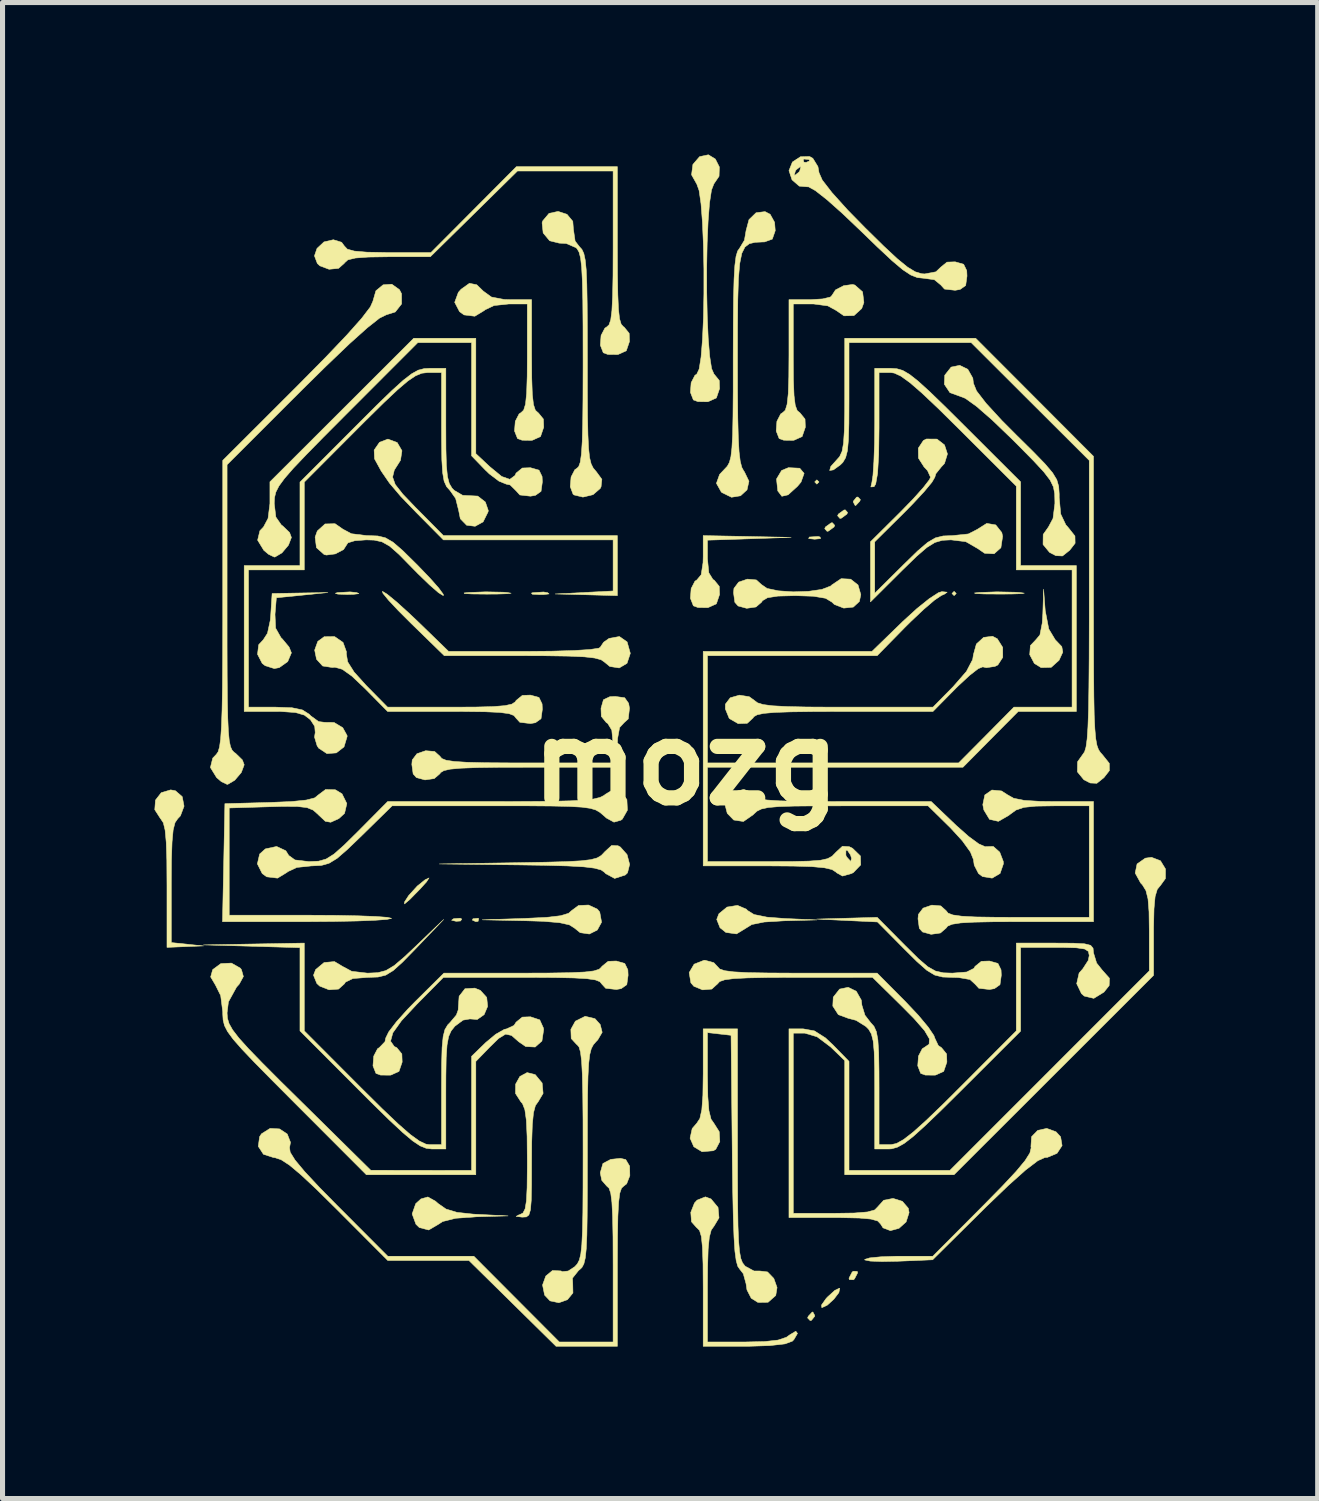
<source format=kicad_pcb>
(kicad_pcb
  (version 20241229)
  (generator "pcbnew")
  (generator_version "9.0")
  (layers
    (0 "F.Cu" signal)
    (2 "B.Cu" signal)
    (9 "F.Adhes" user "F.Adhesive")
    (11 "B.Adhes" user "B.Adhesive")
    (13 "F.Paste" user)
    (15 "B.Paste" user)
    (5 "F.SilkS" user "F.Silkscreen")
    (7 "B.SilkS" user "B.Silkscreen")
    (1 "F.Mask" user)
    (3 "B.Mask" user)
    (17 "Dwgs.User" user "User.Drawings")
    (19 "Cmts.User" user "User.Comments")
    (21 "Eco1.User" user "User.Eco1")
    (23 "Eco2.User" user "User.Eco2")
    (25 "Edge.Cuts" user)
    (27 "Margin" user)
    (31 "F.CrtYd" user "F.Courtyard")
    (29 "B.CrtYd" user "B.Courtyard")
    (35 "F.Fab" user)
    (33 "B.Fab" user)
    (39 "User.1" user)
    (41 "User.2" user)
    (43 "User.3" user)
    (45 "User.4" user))
  (footprint "mozg"
    (layer "F.Cu")
    (at 10.491 12.009)
    (property "Reference" "mozg" (at 0 0 0) (layer "F.SilkS") (effects (font (size 1.524 1.524) (thickness 0.3))))
    (attr through_hole)
    (fp_poly (pts (xy 2.625 -5.546) (xy 2.582 -5.503) (xy 2.54 -5.546) (xy 2.582 -5.588) (xy 2.625 -5.546)) (stroke (width 0.01) (type solid)) (fill yes) (layer "F.SilkS"))
    (fp_poly (pts (xy 5.334 -3.344) (xy 5.292 -3.302) (xy 5.249 -3.344) (xy 5.292 -3.387) (xy 5.334 -3.344)) (stroke (width 0.01) (type solid)) (fill yes) (layer "F.SilkS"))
    (fp_poly (pts (xy -4.426 3.082) (xy -4.451 3.12) (xy -4.537 3.126) (xy -4.627 3.105) (xy -4.588 3.075) (xy -4.456 3.065) (xy -4.426 3.082)) (stroke (width 0.01) (type solid)) (fill yes) (layer "F.SilkS"))
    (fp_poly (pts (xy -4.092 3.076) (xy -4.104 3.127) (xy -4.149 3.133) (xy -4.218 3.102) (xy -4.205 3.076) (xy -4.105 3.066) (xy -4.092 3.076)) (stroke (width 0.01) (type solid)) (fill yes) (layer "F.SilkS"))
    (fp_poly (pts (xy 2.646 -4.459) (xy 2.656 -4.428) (xy 2.54 -4.416) (xy 2.42 -4.429) (xy 2.434 -4.459) (xy 2.608 -4.47) (xy 2.646 -4.459)) (stroke (width 0.01) (type solid)) (fill yes) (layer "F.SilkS"))
    (fp_poly (pts (xy -6.498 -3.362) (xy -6.458 -3.341) (xy -6.564 -3.328) (xy -6.689 -3.325) (xy -6.872 -3.332) (xy -6.922 -3.349) (xy -6.879 -3.362) (xy -6.632 -3.376) (xy -6.498 -3.362)) (stroke (width 0.01) (type solid)) (fill yes) (layer "F.SilkS"))
    (fp_poly (pts (xy -2.731 -3.36) (xy -2.704 -3.336) (xy -2.821 -3.322) (xy -2.879 -3.322) (xy -3.033 -3.33) (xy -3.051 -3.352) (xy -3.027 -3.36) (xy -2.812 -3.374) (xy -2.731 -3.36)) (stroke (width 0.01) (type solid)) (fill yes) (layer "F.SilkS"))
    (fp_poly (pts (xy 2.539 10.903) (xy 2.54 10.922) (xy 2.475 11.003) (xy 2.45 11.007) (xy 2.4 10.955) (xy 2.413 10.922) (xy 2.489 10.841) (xy 2.503 10.837) (xy 2.539 10.903)) (stroke (width 0.01) (type solid)) (fill yes) (layer "F.SilkS"))
    (fp_poly (pts (xy 2.935 -4.689) (xy 2.921 -4.657) (xy 2.809 -4.575) (xy 2.784 -4.572) (xy 2.738 -4.624) (xy 2.752 -4.657) (xy 2.864 -4.738) (xy 2.889 -4.741) (xy 2.935 -4.689)) (stroke (width 0.01) (type solid)) (fill yes) (layer "F.SilkS"))
    (fp_poly (pts (xy 3.189 -4.943) (xy 3.175 -4.911) (xy 3.063 -4.829) (xy 3.038 -4.826) (xy 2.992 -4.878) (xy 3.006 -4.911) (xy 3.118 -4.992) (xy 3.143 -4.995) (xy 3.189 -4.943)) (stroke (width 0.01) (type solid)) (fill yes) (layer "F.SilkS"))
    (fp_poly (pts (xy 3.38 10.037) (xy 3.387 10.065) (xy 3.325 10.185) (xy 3.302 10.202) (xy 3.224 10.198) (xy 3.217 10.17) (xy 3.279 10.05) (xy 3.302 10.033) (xy 3.38 10.037)) (stroke (width 0.01) (type solid)) (fill yes) (layer "F.SilkS"))
    (fp_poly (pts (xy 3.442 -5.197) (xy 3.429 -5.165) (xy 3.353 -5.084) (xy 3.339 -5.08) (xy 3.303 -5.146) (xy 3.302 -5.165) (xy 3.367 -5.246) (xy 3.392 -5.249) (xy 3.442 -5.197)) (stroke (width 0.01) (type solid)) (fill yes) (layer "F.SilkS"))
    (fp_poly (pts (xy -5.12 2.345) (xy -5.245 2.484) (xy -5.451 2.694) (xy -5.556 2.783) (xy -5.557 2.746) (xy -5.474 2.617) (xy -5.304 2.43) (xy -5.151 2.307) (xy -5.073 2.27) (xy -5.12 2.345)) (stroke (width 0.01) (type solid)) (fill yes) (layer "F.SilkS"))
    (fp_poly (pts (xy 3.034 10.371) (xy 3.017 10.455) (xy 2.918 10.585) (xy 2.788 10.703) (xy 2.681 10.753) (xy 2.674 10.701) (xy 2.765 10.572) (xy 2.794 10.541) (xy 2.937 10.411) (xy 3.028 10.368) (xy 3.034 10.371)) (stroke (width 0.01) (type solid)) (fill yes) (layer "F.SilkS"))
    (fp_poly (pts (xy -3.612 -3.37) (xy -3.532 -3.364) (xy -3.453 -3.35) (xy -3.526 -3.34) (xy -3.734 -3.333) (xy -3.937 -3.332) (xy -4.219 -3.335) (xy -4.371 -3.343) (xy -4.38 -3.355) (xy -4.294 -3.364) (xy -3.955 -3.377) (xy -3.612 -3.37)) (stroke (width 0.01) (type solid)) (fill yes) (layer "F.SilkS"))
    (fp_poly (pts (xy 2.245 -5.817) (xy 2.331 -5.715) (xy 2.27 -5.544) (xy 2.202 -5.462) (xy 2.015 -5.292) (xy 1.892 -5.263) (xy 1.811 -5.369) (xy 1.811 -5.371) (xy 1.786 -5.604) (xy 1.887 -5.773) (xy 2.021 -5.828) (xy 2.245 -5.817)) (stroke (width 0.01) (type solid)) (fill yes) (layer "F.SilkS"))
    (fp_poly (pts (xy 6.507 -3.369) (xy 6.583 -3.364) (xy 6.677 -3.351) (xy 6.617 -3.341) (xy 6.419 -3.334) (xy 6.181 -3.333) (xy 5.887 -3.335) (xy 5.719 -3.343) (xy 5.692 -3.354) (xy 5.779 -3.364) (xy 6.134 -3.377) (xy 6.507 -3.369)) (stroke (width 0.01) (type solid)) (fill yes) (layer "F.SilkS"))
    (fp_poly (pts (xy 7.09 -3.007) (xy 7.16 -2.644) (xy 7.287 -2.432) (xy 7.417 -2.296) (xy 7.437 -2.187) (xy 7.363 -2.026) (xy 7.208 -1.887) (xy 7.008 -1.882) (xy 6.875 -1.964) (xy 6.784 -2.137) (xy 6.797 -2.317) (xy 6.9 -2.425) (xy 6.985 -2.525) (xy 7.031 -2.76) (xy 7.043 -2.951) (xy 7.058 -3.429) (xy 7.09 -3.007)) (stroke (width 0.01) (type solid)) (fill yes) (layer "F.SilkS"))
    (fp_poly (pts (xy 1.192 2.887) (xy 1.213 2.912) (xy 1.342 2.992) (xy 1.597 3.044) (xy 1.947 3.071) (xy 2.582 3.099) (xy 1.937 3.116) (xy 1.543 3.14) (xy 1.297 3.19) (xy 1.185 3.26) (xy 0.997 3.375) (xy 0.787 3.346) (xy 0.671 3.253) (xy 0.606 3.089) (xy 0.649 2.977) (xy 0.81 2.845) (xy 1.016 2.812) (xy 1.192 2.887)) (stroke (width 0.01) (type solid)) (fill yes) (layer "F.SilkS"))
    (fp_poly (pts (xy -4.945 8.651) (xy -4.892 8.698) (xy -4.737 8.806) (xy -4.522 8.871) (xy -4.199 8.906) (xy -4.105 8.911) (xy -3.514 8.941) (xy -4.134 8.958) (xy -4.548 8.988) (xy -4.804 9.052) (xy -4.88 9.102) (xy -5.079 9.219) (xy -5.264 9.171) (xy -5.331 9.106) (xy -5.406 8.902) (xy -5.335 8.699) (xy -5.232 8.606) (xy -5.096 8.567) (xy -4.945 8.651)) (stroke (width 0.01) (type solid)) (fill yes) (layer "F.SilkS"))
    (fp_poly (pts (xy -1.75 2.886) (xy -1.703 2.944) (xy -1.667 3.144) (xy -1.751 3.298) (xy -1.908 3.377) (xy -2.09 3.35) (xy -2.201 3.26) (xy -2.303 3.196) (xy -2.499 3.153) (xy -2.818 3.126) (xy -3.164 3.115) (xy -4.022 3.097) (xy -3.177 3.069) (xy -2.754 3.048) (xy -2.476 3.016) (xy -2.318 2.968) (xy -2.262 2.918) (xy -2.122 2.814) (xy -1.924 2.805) (xy -1.75 2.886)) (stroke (width 0.01) (type solid)) (fill yes) (layer "F.SilkS"))
    (fp_poly (pts (xy -7.578 -3.311) (xy -8.086 -3.26) (xy -8.113 -2.933) (xy -8.101 -2.661) (xy -7.995 -2.473) (xy -7.964 -2.442) (xy -7.835 -2.287) (xy -7.789 -2.173) (xy -7.862 -2) (xy -8.03 -1.881) (xy -8.128 -1.863) (xy -8.306 -1.919) (xy -8.365 -1.964) (xy -8.458 -2.145) (xy -8.435 -2.333) (xy -8.345 -2.43) (xy -8.261 -2.56) (xy -8.206 -2.817) (xy -8.197 -2.921) (xy -8.17 -3.344) (xy -7.62 -3.354) (xy -7.07 -3.363) (xy -7.578 -3.311)) (stroke (width 0.01) (type solid)) (fill yes) (layer "F.SilkS"))
    (fp_poly (pts (xy 1.206 -4.47) (xy 2.074 -4.452) (xy 1.249 -4.424) (xy 0.423 -4.397) (xy 0.423 -4.028) (xy 0.45 -3.753) (xy 0.533 -3.619) (xy 0.556 -3.608) (xy 0.656 -3.485) (xy 0.662 -3.324) (xy 0.599 -3.14) (xy 0.439 -3.068) (xy 0.42 -3.065) (xy 0.235 -3.068) (xy 0.145 -3.101) (xy 0.087 -3.25) (xy 0.101 -3.441) (xy 0.176 -3.587) (xy 0.212 -3.61) (xy 0.299 -3.714) (xy 0.336 -3.953) (xy 0.339 -4.073) (xy 0.339 -4.487) (xy 1.206 -4.47)) (stroke (width 0.01) (type solid)) (fill yes) (layer "F.SilkS"))
    (fp_poly (pts (xy -10.079 0.549) (xy -9.944 0.666) (xy -9.908 0.854) (xy -9.98 1.045) (xy -10.033 1.101) (xy -10.086 1.178) (xy -10.123 1.322) (xy -10.145 1.561) (xy -10.157 1.919) (xy -10.16 2.376) (xy -10.16 3.546) (xy -9.842 3.579) (xy -9.525 3.612) (xy -9.885 3.626) (xy -10.245 3.641) (xy -10.245 2.423) (xy -10.248 1.922) (xy -10.26 1.565) (xy -10.282 1.327) (xy -10.317 1.181) (xy -10.369 1.103) (xy -10.372 1.101) (xy -10.486 0.923) (xy -10.472 0.734) (xy -10.358 0.587) (xy -10.172 0.532) (xy -10.079 0.549)) (stroke (width 0.01) (type solid)) (fill yes) (layer "F.SilkS"))
    (fp_poly (pts (xy -5.701 -6.324) (xy -5.607 -6.162) (xy -5.636 -5.973) (xy -5.652 -5.948) (xy -5.758 -5.781) (xy -5.792 -5.643) (xy -5.74 -5.496) (xy -5.591 -5.306) (xy -5.332 -5.035) (xy -5.327 -5.031) (xy -4.789 -4.487) (xy -1.355 -4.487) (xy -1.355 -3.302) (xy -1.968 -3.319) (xy -2.582 -3.335) (xy -1.439 -3.394) (xy -1.439 -4.403) (xy -4.789 -4.403) (xy -5.323 -4.942) (xy -5.634 -5.265) (xy -5.853 -5.523) (xy -6.016 -5.76) (xy -6.148 -6.002) (xy -6.156 -6.175) (xy -6.05 -6.329) (xy -5.884 -6.392) (xy -5.701 -6.324)) (stroke (width 0.01) (type solid)) (fill yes) (layer "F.SilkS"))
    (fp_poly (pts (xy -1.342 1.635) (xy -1.296 1.66) (xy -1.164 1.809) (xy -1.113 2.003) (xy -1.155 2.17) (xy -1.199 2.212) (xy -1.409 2.28) (xy -1.585 2.185) (xy -1.609 2.159) (xy -1.676 2.112) (xy -1.806 2.077) (xy -2.02 2.051) (xy -2.341 2.033) (xy -2.79 2.021) (xy -3.291 2.013) (xy -4.868 1.994) (xy -3.314 1.969) (xy -2.764 1.959) (xy -2.358 1.948) (xy -2.072 1.932) (xy -1.879 1.909) (xy -1.754 1.875) (xy -1.673 1.827) (xy -1.61 1.761) (xy -1.605 1.755) (xy -1.468 1.629) (xy -1.342 1.635)) (stroke (width 0.01) (type solid)) (fill yes) (layer "F.SilkS"))
    (fp_poly (pts (xy -5.332 3.662) (xy -5.593 3.93) (xy -5.779 4.098) (xy -5.928 4.189) (xy -6.079 4.226) (xy -6.273 4.233) (xy -6.287 4.233) (xy -6.577 4.256) (xy -6.723 4.327) (xy -6.743 4.36) (xy -6.859 4.464) (xy -7.046 4.478) (xy -7.231 4.405) (xy -7.287 4.353) (xy -7.353 4.19) (xy -7.31 4.078) (xy -7.144 3.94) (xy -6.939 3.921) (xy -6.777 4.018) (xy -6.599 4.113) (xy -6.291 4.149) (xy -6.278 4.149) (xy -6.082 4.14) (xy -5.923 4.098) (xy -5.76 4) (xy -5.551 3.822) (xy -5.336 3.619) (xy -4.784 3.09) (xy -5.332 3.662)) (stroke (width 0.01) (type solid)) (fill yes) (layer "F.SilkS"))
    (fp_poly (pts (xy 4.318 3.598) (xy 4.583 3.86) (xy 4.771 4.022) (xy 4.924 4.108) (xy 5.081 4.143) (xy 5.259 4.149) (xy 5.539 4.127) (xy 5.683 4.055) (xy 5.705 4.016) (xy 5.829 3.916) (xy 5.99 3.91) (xy 6.157 3.958) (xy 6.218 4.084) (xy 6.223 4.191) (xy 6.197 4.377) (xy 6.087 4.455) (xy 5.99 4.472) (xy 5.78 4.448) (xy 5.705 4.366) (xy 5.605 4.275) (xy 5.376 4.236) (xy 5.259 4.233) (xy 5.063 4.226) (xy 4.908 4.187) (xy 4.753 4.093) (xy 4.558 3.921) (xy 4.321 3.686) (xy 3.779 3.139) (xy 3.181 3.111) (xy 2.582 3.082) (xy 3.177 3.065) (xy 3.773 3.048) (xy 4.318 3.598)) (stroke (width 0.01) (type solid)) (fill yes) (layer "F.SilkS"))
    (fp_poly (pts (xy 7.302 7.28) (xy 7.394 7.38) (xy 7.423 7.554) (xy 7.323 7.706) (xy 7.132 7.786) (xy 7.082 7.789) (xy 6.943 7.852) (xy 6.701 8.037) (xy 6.363 8.339) (xy 5.935 8.75) (xy 5.886 8.798) (xy 4.868 9.807) (xy 4.178 9.836) (xy 3.866 9.842) (xy 3.638 9.833) (xy 3.53 9.811) (xy 3.527 9.8) (xy 3.624 9.77) (xy 3.847 9.748) (xy 4.151 9.737) (xy 4.218 9.737) (xy 4.871 9.737) (xy 5.862 8.742) (xy 6.245 8.352) (xy 6.517 8.061) (xy 6.693 7.849) (xy 6.787 7.7) (xy 6.812 7.597) (xy 6.808 7.572) (xy 6.821 7.377) (xy 6.942 7.253) (xy 7.12 7.214) (xy 7.302 7.28)) (stroke (width 0.01) (type solid)) (fill yes) (layer "F.SilkS"))
    (fp_poly (pts (xy -5.9 -3.331) (xy -5.717 -3.181) (xy -5.475 -2.962) (xy -5.297 -2.794) (xy -4.686 -2.201) (xy -3.19 -2.201) (xy -2.645 -2.206) (xy -2.207 -2.219) (xy -1.893 -2.239) (xy -1.721 -2.265) (xy -1.693 -2.283) (xy -1.627 -2.382) (xy -1.519 -2.458) (xy -1.315 -2.495) (xy -1.163 -2.389) (xy -1.101 -2.169) (xy -1.101 -2.158) (xy -1.165 -1.966) (xy -1.319 -1.875) (xy -1.505 -1.904) (xy -1.609 -1.99) (xy -1.675 -2.036) (xy -1.8 -2.07) (xy -2.007 -2.094) (xy -2.318 -2.108) (xy -2.757 -2.115) (xy -3.243 -2.117) (xy -4.772 -2.117) (xy -5.424 -2.752) (xy -5.68 -3.008) (xy -5.873 -3.214) (xy -5.982 -3.348) (xy -5.993 -3.387) (xy -5.9 -3.331)) (stroke (width 0.01) (type solid)) (fill yes) (layer "F.SilkS"))
    (fp_poly (pts (xy 3.25 -3.627) (xy 3.395 -3.513) (xy 3.45 -3.322) (xy 3.422 -3.187) (xy 3.302 -3.076) (xy 3.113 -3.056) (xy 2.928 -3.128) (xy 2.879 -3.175) (xy 2.754 -3.25) (xy 2.515 -3.29) (xy 2.158 -3.302) (xy 1.814 -3.293) (xy 1.608 -3.261) (xy 1.508 -3.202) (xy 1.493 -3.175) (xy 1.38 -3.078) (xy 1.198 -3.052) (xy 1.028 -3.098) (xy 0.964 -3.17) (xy 0.938 -3.358) (xy 0.946 -3.445) (xy 1.039 -3.569) (xy 1.211 -3.628) (xy 1.388 -3.612) (xy 1.491 -3.519) (xy 1.6 -3.444) (xy 1.825 -3.397) (xy 2.115 -3.377) (xy 2.417 -3.387) (xy 2.681 -3.425) (xy 2.855 -3.492) (xy 2.879 -3.514) (xy 3.062 -3.637) (xy 3.25 -3.627)) (stroke (width 0.01) (type solid)) (fill yes) (layer "F.SilkS"))
    (fp_poly (pts (xy -2.977 6.152) (xy -2.84 6.318) (xy -2.821 6.523) (xy -2.917 6.685) (xy -2.973 6.763) (xy -3.011 6.906) (xy -3.034 7.14) (xy -3.046 7.494) (xy -3.048 7.884) (xy -3.049 8.33) (xy -3.055 8.634) (xy -3.071 8.823) (xy -3.102 8.923) (xy -3.152 8.961) (xy -3.226 8.965) (xy -3.239 8.965) (xy -3.353 8.95) (xy -3.305 8.923) (xy -3.281 8.916) (xy -3.218 8.883) (xy -3.176 8.801) (xy -3.15 8.644) (xy -3.137 8.383) (xy -3.133 7.989) (xy -3.133 7.836) (xy -3.137 7.372) (xy -3.152 7.051) (xy -3.181 6.845) (xy -3.227 6.726) (xy -3.26 6.689) (xy -3.366 6.524) (xy -3.364 6.341) (xy -3.279 6.188) (xy -3.137 6.112) (xy -2.977 6.152)) (stroke (width 0.01) (type solid)) (fill yes) (layer "F.SilkS"))
    (fp_poly (pts (xy -6.773 -4.614) (xy -6.604 -4.524) (xy -6.309 -4.488) (xy -6.274 -4.487) (xy -6.086 -4.48) (xy -5.935 -4.444) (xy -5.784 -4.357) (xy -5.596 -4.195) (xy -5.334 -3.937) (xy -5.292 -3.895) (xy -5.053 -3.646) (xy -4.879 -3.449) (xy -4.791 -3.328) (xy -4.79 -3.302) (xy -4.884 -3.359) (xy -5.061 -3.513) (xy -5.291 -3.735) (xy -5.406 -3.852) (xy -5.665 -4.116) (xy -5.85 -4.279) (xy -6.001 -4.364) (xy -6.156 -4.398) (xy -6.312 -4.403) (xy -6.538 -4.386) (xy -6.672 -4.345) (xy -6.689 -4.321) (xy -6.76 -4.211) (xy -6.922 -4.126) (xy -7.097 -4.103) (xy -7.142 -4.113) (xy -7.295 -4.249) (xy -7.321 -4.457) (xy -7.278 -4.578) (xy -7.125 -4.717) (xy -6.928 -4.722) (xy -6.773 -4.614)) (stroke (width 0.01) (type solid)) (fill yes) (layer "F.SilkS"))
    (fp_poly (pts (xy 0.494 8.607) (xy 0.632 8.773) (xy 0.651 8.979) (xy 0.554 9.141) (xy 0.498 9.219) (xy 0.46 9.361) (xy 0.437 9.596) (xy 0.426 9.95) (xy 0.423 10.34) (xy 0.423 11.43) (xy 1.157 11.43) (xy 1.553 11.421) (xy 1.816 11.392) (xy 1.982 11.336) (xy 2.046 11.29) (xy 2.167 11.217) (xy 2.2 11.261) (xy 2.13 11.381) (xy 2.1 11.413) (xy 1.955 11.467) (xy 1.655 11.501) (xy 1.216 11.515) (xy 1.168 11.515) (xy 0.339 11.515) (xy 0.339 10.369) (xy 0.336 9.893) (xy 0.324 9.562) (xy 0.303 9.349) (xy 0.267 9.229) (xy 0.216 9.176) (xy 0.212 9.175) (xy 0.108 9.058) (xy 0.094 8.871) (xy 0.167 8.686) (xy 0.219 8.63) (xy 0.382 8.565) (xy 0.494 8.607)) (stroke (width 0.01) (type solid)) (fill yes) (layer "F.SilkS"))
    (fp_poly (pts (xy -6.921 0.53) (xy -6.79 0.61) (xy -6.695 0.802) (xy -6.74 0.996) (xy -6.852 1.098) (xy -7.013 1.171) (xy -7.12 1.152) (xy -7.255 1.025) (xy -7.266 1.013) (xy -7.36 0.931) (xy -7.481 0.882) (xy -7.669 0.86) (xy -7.962 0.858) (xy -8.222 0.865) (xy -9.017 0.889) (xy -9.017 3.006) (xy -7.395 3.006) (xy -6.895 3.009) (xy -6.462 3.018) (xy -6.12 3.031) (xy -5.895 3.048) (xy -5.812 3.067) (xy -5.813 3.069) (xy -5.906 3.089) (xy -6.141 3.106) (xy -6.493 3.12) (xy -6.935 3.129) (xy -7.44 3.133) (xy -7.5 3.133) (xy -9.149 3.133) (xy -9.125 1.968) (xy -9.102 0.804) (xy -8.214 0.78) (xy -7.784 0.762) (xy -7.498 0.733) (xy -7.33 0.69) (xy -7.258 0.632) (xy -7.114 0.524) (xy -6.921 0.53)) (stroke (width 0.01) (type solid)) (fill yes) (layer "F.SilkS"))
    (fp_poly (pts (xy -4.131 -9.438) (xy -4.002 -9.313) (xy -3.841 -9.196) (xy -3.591 -9.148) (xy -3.453 -9.144) (xy -3.048 -9.144) (xy -3.048 -8.052) (xy -3.045 -7.593) (xy -3.034 -7.275) (xy -3.011 -7.074) (xy -2.974 -6.962) (xy -2.92 -6.912) (xy -2.915 -6.91) (xy -2.815 -6.787) (xy -2.809 -6.626) (xy -2.872 -6.442) (xy -3.032 -6.37) (xy -3.051 -6.367) (xy -3.236 -6.37) (xy -3.326 -6.403) (xy -3.385 -6.552) (xy -3.37 -6.743) (xy -3.295 -6.889) (xy -3.26 -6.912) (xy -3.205 -6.963) (xy -3.168 -7.082) (xy -3.146 -7.297) (xy -3.135 -7.633) (xy -3.133 -8.01) (xy -3.133 -9.059) (xy -3.503 -9.059) (xy -3.79 -9.028) (xy -3.969 -8.943) (xy -3.979 -8.932) (xy -4.169 -8.817) (xy -4.381 -8.843) (xy -4.47 -8.907) (xy -4.566 -9.092) (xy -4.494 -9.288) (xy -4.439 -9.35) (xy -4.275 -9.467) (xy -4.131 -9.438)) (stroke (width 0.01) (type solid)) (fill yes) (layer "F.SilkS"))
    (fp_poly (pts (xy 3.332 -9.433) (xy 3.485 -9.298) (xy 3.511 -9.089) (xy 3.468 -8.969) (xy 3.315 -8.83) (xy 3.118 -8.825) (xy 2.963 -8.932) (xy 2.798 -9.022) (xy 2.519 -9.059) (xy 2.487 -9.059) (xy 2.117 -9.059) (xy 2.117 -8.01) (xy 2.12 -7.56) (xy 2.132 -7.252) (xy 2.156 -7.059) (xy 2.195 -6.954) (xy 2.249 -6.91) (xy 2.349 -6.787) (xy 2.355 -6.626) (xy 2.292 -6.442) (xy 2.132 -6.37) (xy 2.113 -6.367) (xy 1.929 -6.37) (xy 1.838 -6.403) (xy 1.78 -6.552) (xy 1.794 -6.743) (xy 1.869 -6.889) (xy 1.905 -6.912) (xy 1.959 -6.961) (xy 1.995 -7.078) (xy 2.018 -7.289) (xy 2.029 -7.619) (xy 2.032 -8.052) (xy 2.032 -9.144) (xy 2.455 -9.144) (xy 2.697 -9.159) (xy 2.85 -9.196) (xy 2.879 -9.226) (xy 2.95 -9.336) (xy 3.112 -9.42) (xy 3.287 -9.444) (xy 3.332 -9.433)) (stroke (width 0.01) (type solid)) (fill yes) (layer "F.SilkS"))
    (fp_poly (pts (xy -6.77 -2.379) (xy -6.702 -2.191) (xy -6.705 -2.156) (xy -6.679 -1.996) (xy -6.552 -1.794) (xy -6.311 -1.527) (xy -5.891 -1.101) (xy -4.648 -1.101) (xy -4.154 -1.103) (xy -3.805 -1.112) (xy -3.574 -1.131) (xy -3.437 -1.161) (xy -3.37 -1.206) (xy -3.354 -1.233) (xy -3.231 -1.333) (xy -3.07 -1.339) (xy -2.902 -1.292) (xy -2.841 -1.165) (xy -2.836 -1.058) (xy -2.862 -0.873) (xy -2.972 -0.794) (xy -3.07 -0.777) (xy -3.28 -0.802) (xy -3.354 -0.883) (xy -3.397 -0.936) (xy -3.497 -0.973) (xy -3.679 -0.997) (xy -3.967 -1.01) (xy -4.387 -1.015) (xy -4.647 -1.016) (xy -5.89 -1.016) (xy -6.337 -1.469) (xy -6.597 -1.715) (xy -6.784 -1.848) (xy -6.93 -1.889) (xy -6.983 -1.884) (xy -7.172 -1.913) (xy -7.293 -2.046) (xy -7.33 -2.227) (xy -7.268 -2.399) (xy -7.142 -2.491) (xy -6.937 -2.494) (xy -6.77 -2.379)) (stroke (width 0.01) (type solid)) (fill yes) (layer "F.SilkS"))
    (fp_poly (pts (xy 0.579 -11.92) (xy 0.658 -11.763) (xy 0.652 -11.58) (xy 0.55 -11.43) (xy 0.503 -11.309) (xy 0.464 -11.053) (xy 0.436 -10.693) (xy 0.417 -10.258) (xy 0.408 -9.78) (xy 0.409 -9.287) (xy 0.419 -8.811) (xy 0.438 -8.382) (xy 0.467 -8.029) (xy 0.505 -7.783) (xy 0.553 -7.673) (xy 0.556 -7.672) (xy 0.656 -7.549) (xy 0.662 -7.388) (xy 0.599 -7.204) (xy 0.439 -7.132) (xy 0.42 -7.129) (xy 0.235 -7.132) (xy 0.145 -7.165) (xy 0.087 -7.314) (xy 0.101 -7.505) (xy 0.176 -7.651) (xy 0.212 -7.674) (xy 0.259 -7.774) (xy 0.297 -8.012) (xy 0.325 -8.359) (xy 0.344 -8.785) (xy 0.353 -9.259) (xy 0.353 -9.751) (xy 0.343 -10.232) (xy 0.324 -10.67) (xy 0.296 -11.036) (xy 0.258 -11.299) (xy 0.211 -11.43) (xy 0.208 -11.433) (xy 0.109 -11.609) (xy 0.136 -11.814) (xy 0.268 -11.967) (xy 0.441 -12.004) (xy 0.579 -11.92)) (stroke (width 0.01) (type solid)) (fill yes) (layer "F.SilkS"))
    (fp_poly (pts (xy -1.211 -1.287) (xy -1.133 -1.177) (xy -1.116 -1.079) (xy -1.14 -0.869) (xy -1.222 -0.795) (xy -1.311 -0.699) (xy -1.351 -0.481) (xy -1.355 -0.33) (xy -1.355 0.085) (xy -3.081 0.085) (xy -3.676 0.086) (xy -4.123 0.092) (xy -4.442 0.104) (xy -4.654 0.123) (xy -4.781 0.152) (xy -4.844 0.19) (xy -4.857 0.212) (xy -4.97 0.309) (xy -5.152 0.335) (xy -5.322 0.289) (xy -5.386 0.217) (xy -5.412 0.029) (xy -5.404 -0.059) (xy -5.311 -0.182) (xy -5.139 -0.241) (xy -4.962 -0.226) (xy -4.859 -0.133) (xy -4.821 -0.087) (xy -4.735 -0.053) (xy -4.577 -0.029) (xy -4.328 -0.013) (xy -3.964 -0.004) (xy -3.464 -0.000435) (xy -3.124 0) (xy -1.439 0) (xy -1.439 -0.372) (xy -1.465 -0.647) (xy -1.547 -0.782) (xy -1.572 -0.795) (xy -1.672 -0.918) (xy -1.678 -1.079) (xy -1.63 -1.247) (xy -1.504 -1.307) (xy -1.397 -1.312) (xy -1.211 -1.287)) (stroke (width 0.01) (type solid)) (fill yes) (layer "F.SilkS"))
    (fp_poly (pts (xy 1.286 0.575) (xy 1.322 0.629) (xy 1.359 0.674) (xy 1.444 0.708) (xy 1.598 0.732) (xy 1.844 0.748) (xy 2.202 0.757) (xy 2.694 0.761) (xy 3.106 0.762) (xy 4.839 0.762) (xy 5.335 1.236) (xy 5.578 1.451) (xy 5.78 1.599) (xy 5.908 1.655) (xy 5.925 1.652) (xy 6.064 1.648) (xy 6.192 1.761) (xy 6.262 1.944) (xy 6.265 1.991) (xy 6.199 2.182) (xy 6.042 2.274) (xy 5.853 2.243) (xy 5.774 2.184) (xy 5.689 2.019) (xy 5.673 1.906) (xy 5.613 1.757) (xy 5.454 1.537) (xy 5.226 1.288) (xy 4.778 0.847) (xy 3.128 0.847) (xy 2.558 0.848) (xy 2.133 0.852) (xy 1.83 0.862) (xy 1.623 0.88) (xy 1.488 0.909) (xy 1.402 0.951) (xy 1.34 1.007) (xy 1.327 1.021) (xy 1.133 1.156) (xy 0.942 1.127) (xy 0.814 0.995) (xy 0.766 0.812) (xy 0.813 0.699) (xy 0.96 0.567) (xy 1.14 0.523) (xy 1.286 0.575)) (stroke (width 0.01) (type solid)) (fill yes) (layer "F.SilkS"))
    (fp_poly (pts (xy 5.562 -7.77) (xy 5.661 -7.595) (xy 5.673 -7.494) (xy 5.734 -7.343) (xy 5.922 -7.099) (xy 6.237 -6.756) (xy 6.519 -6.473) (xy 6.854 -6.142) (xy 7.086 -5.903) (xy 7.235 -5.727) (xy 7.319 -5.588) (xy 7.356 -5.458) (xy 7.366 -5.309) (xy 7.366 -5.233) (xy 7.396 -4.912) (xy 7.497 -4.699) (xy 7.535 -4.657) (xy 7.677 -4.479) (xy 7.68 -4.336) (xy 7.572 -4.197) (xy 7.431 -4.085) (xy 7.3 -4.091) (xy 7.176 -4.155) (xy 7.047 -4.312) (xy 7.05 -4.51) (xy 7.154 -4.657) (xy 7.244 -4.826) (xy 7.281 -5.12) (xy 7.281 -5.155) (xy 7.277 -5.315) (xy 7.252 -5.448) (xy 7.187 -5.582) (xy 7.063 -5.744) (xy 6.863 -5.96) (xy 6.568 -6.259) (xy 6.435 -6.392) (xy 6.046 -6.766) (xy 5.734 -7.038) (xy 5.512 -7.197) (xy 5.408 -7.237) (xy 5.21 -7.308) (xy 5.099 -7.474) (xy 5.107 -7.653) (xy 5.233 -7.813) (xy 5.402 -7.848) (xy 5.562 -7.77)) (stroke (width 0.01) (type solid)) (fill yes) (layer "F.SilkS"))
    (fp_poly (pts (xy 6.144 -2.451) (xy 6.251 -2.28) (xy 6.252 -2.084) (xy 6.155 -1.934) (xy 6.097 -1.905) (xy 5.928 -1.88) (xy 5.857 -1.896) (xy 5.768 -1.861) (xy 5.598 -1.729) (xy 5.379 -1.526) (xy 5.33 -1.478) (xy 4.874 -1.016) (xy 3.123 -1.016) (xy 2.524 -1.014) (xy 2.073 -1.008) (xy 1.75 -0.997) (xy 1.534 -0.978) (xy 1.404 -0.95) (xy 1.339 -0.913) (xy 1.324 -0.889) (xy 1.208 -0.782) (xy 1.029 -0.776) (xy 0.862 -0.872) (xy 0.85 -0.885) (xy 0.776 -1.067) (xy 0.777 -1.16) (xy 0.873 -1.286) (xy 1.054 -1.338) (xy 1.248 -1.307) (xy 1.351 -1.232) (xy 1.412 -1.186) (xy 1.523 -1.152) (xy 1.707 -1.128) (xy 1.986 -1.113) (xy 2.381 -1.104) (xy 2.914 -1.101) (xy 3.167 -1.101) (xy 4.875 -1.101) (xy 5.274 -1.506) (xy 5.535 -1.806) (xy 5.658 -2.042) (xy 5.673 -2.138) (xy 5.731 -2.347) (xy 5.874 -2.478) (xy 6.05 -2.5) (xy 6.144 -2.451)) (stroke (width 0.01) (type solid)) (fill yes) (layer "F.SilkS"))
    (fp_poly (pts (xy 6.228 0.553) (xy 6.342 0.627) (xy 6.465 0.697) (xy 6.671 0.739) (xy 6.992 0.759) (xy 7.267 0.762) (xy 8.043 0.762) (xy 8.043 3.133) (xy 6.613 3.133) (xy 6.076 3.135) (xy 5.686 3.143) (xy 5.419 3.158) (xy 5.253 3.184) (xy 5.164 3.221) (xy 5.134 3.26) (xy 5.021 3.357) (xy 4.838 3.383) (xy 4.669 3.337) (xy 4.605 3.265) (xy 4.579 3.077) (xy 4.587 2.989) (xy 4.68 2.866) (xy 4.852 2.807) (xy 5.028 2.822) (xy 5.132 2.915) (xy 5.173 2.965) (xy 5.268 3.001) (xy 5.44 3.025) (xy 5.713 3.04) (xy 6.111 3.046) (xy 6.571 3.048) (xy 7.959 3.048) (xy 7.959 0.847) (xy 7.266 0.847) (xy 6.906 0.853) (xy 6.67 0.877) (xy 6.513 0.93) (xy 6.388 1.021) (xy 6.373 1.034) (xy 6.166 1.153) (xy 5.991 1.114) (xy 5.879 0.929) (xy 5.858 0.824) (xy 5.898 0.632) (xy 6.038 0.535) (xy 6.228 0.553)) (stroke (width 0.01) (type solid)) (fill yes) (layer "F.SilkS"))
    (fp_poly (pts (xy -7.535 5.289) (xy -6.415 6.412) (xy -5.998 6.825) (xy -5.68 7.127) (xy -5.442 7.335) (xy -5.266 7.462) (xy -5.136 7.524) (xy -5.06 7.535) (xy -4.826 7.535) (xy -4.826 6.405) (xy -4.824 5.942) (xy -4.815 5.618) (xy -4.794 5.401) (xy -4.759 5.263) (xy -4.704 5.171) (xy -4.656 5.122) (xy -4.533 4.976) (xy -4.497 4.876) (xy -4.479 4.606) (xy -4.363 4.457) (xy -4.169 4.445) (xy -4.058 4.491) (xy -3.934 4.628) (xy -3.916 4.805) (xy -3.985 4.968) (xy -4.121 5.064) (xy -4.266 5.053) (xy -4.402 5.077) (xy -4.563 5.197) (xy -4.563 5.197) (xy -4.636 5.289) (xy -4.686 5.401) (xy -4.717 5.567) (xy -4.734 5.816) (xy -4.74 6.182) (xy -4.741 6.504) (xy -4.741 7.62) (xy -5.018 7.62) (xy -5.127 7.607) (xy -5.247 7.559) (xy -5.396 7.46) (xy -5.593 7.294) (xy -5.859 7.046) (xy -6.212 6.7) (xy -6.457 6.455) (xy -7.62 5.289) (xy -7.62 3.646) (xy -9.525 3.592) (xy -7.535 3.556) (xy -7.535 5.289)) (stroke (width 0.01) (type solid)) (fill yes) (layer "F.SilkS"))
    (fp_poly (pts (xy 0.549 3.943) (xy 0.623 4.022) (xy 0.665 4.068) (xy 0.764 4.101) (xy 0.942 4.124) (xy 1.222 4.139) (xy 1.625 4.146) (xy 2.174 4.149) (xy 2.222 4.149) (xy 3.772 4.149) (xy 4.341 4.722) (xy 4.589 4.985) (xy 4.781 5.216) (xy 4.893 5.382) (xy 4.911 5.433) (xy 4.98 5.579) (xy 5.043 5.621) (xy 5.143 5.744) (xy 5.149 5.905) (xy 5.086 6.089) (xy 4.926 6.161) (xy 4.907 6.163) (xy 4.723 6.161) (xy 4.632 6.128) (xy 4.574 5.979) (xy 4.588 5.787) (xy 4.663 5.642) (xy 4.699 5.619) (xy 4.798 5.552) (xy 4.804 5.446) (xy 4.709 5.284) (xy 4.502 5.047) (xy 4.255 4.797) (xy 3.683 4.234) (xy 2.178 4.233) (xy 1.626 4.235) (xy 1.221 4.243) (xy 0.94 4.257) (xy 0.762 4.281) (xy 0.664 4.315) (xy 0.623 4.36) (xy 0.508 4.464) (xy 0.326 4.479) (xy 0.155 4.409) (xy 0.096 4.341) (xy 0.062 4.139) (xy 0.16 3.972) (xy 0.356 3.895) (xy 0.375 3.895) (xy 0.549 3.943)) (stroke (width 0.01) (type solid)) (fill yes) (layer "F.SilkS"))
    (fp_poly (pts (xy -1.209 3.958) (xy -1.148 4.084) (xy -1.143 4.191) (xy -1.169 4.377) (xy -1.279 4.455) (xy -1.376 4.472) (xy -1.586 4.448) (xy -1.661 4.366) (xy -1.7 4.318) (xy -1.79 4.283) (xy -1.954 4.259) (xy -2.214 4.244) (xy -2.593 4.236) (xy -3.114 4.233) (xy -3.25 4.233) (xy -4.789 4.233) (xy -5.315 4.765) (xy -5.617 5.089) (xy -5.787 5.327) (xy -5.832 5.492) (xy -5.759 5.597) (xy -5.709 5.621) (xy -5.609 5.744) (xy -5.603 5.905) (xy -5.666 6.089) (xy -5.826 6.161) (xy -5.845 6.163) (xy -6.03 6.161) (xy -6.12 6.128) (xy -6.179 5.979) (xy -6.164 5.787) (xy -6.089 5.642) (xy -6.054 5.619) (xy -5.942 5.502) (xy -5.927 5.429) (xy -5.869 5.31) (xy -5.716 5.11) (xy -5.493 4.861) (xy -5.353 4.718) (xy -4.779 4.149) (xy -3.245 4.149) (xy -2.691 4.147) (xy -2.284 4.14) (xy -2 4.127) (xy -1.817 4.105) (xy -1.714 4.072) (xy -1.666 4.027) (xy -1.661 4.016) (xy -1.537 3.916) (xy -1.376 3.91) (xy -1.209 3.958)) (stroke (width 0.01) (type solid)) (fill yes) (layer "F.SilkS"))
    (fp_poly (pts (xy 4.954 -6.392) (xy 5.102 -6.277) (xy 5.16 -6.099) (xy 5.102 -5.911) (xy 5.038 -5.842) (xy 4.931 -5.708) (xy 4.911 -5.639) (xy 4.854 -5.541) (xy 4.701 -5.356) (xy 4.478 -5.116) (xy 4.318 -4.953) (xy 3.725 -4.365) (xy 3.725 -3.349) (xy 4.299 -3.918) (xy 4.572 -4.184) (xy 4.767 -4.351) (xy 4.922 -4.442) (xy 5.075 -4.48) (xy 5.262 -4.487) (xy 5.574 -4.52) (xy 5.757 -4.614) (xy 5.761 -4.618) (xy 5.936 -4.728) (xy 6.113 -4.698) (xy 6.233 -4.547) (xy 6.249 -4.472) (xy 6.215 -4.247) (xy 6.081 -4.128) (xy 5.894 -4.138) (xy 5.759 -4.231) (xy 5.523 -4.367) (xy 5.23 -4.403) (xy 5.058 -4.394) (xy 4.911 -4.351) (xy 4.755 -4.254) (xy 4.553 -4.08) (xy 4.271 -3.806) (xy 4.256 -3.791) (xy 3.641 -3.179) (xy 3.641 -4.365) (xy 4.233 -4.953) (xy 4.486 -5.213) (xy 4.685 -5.436) (xy 4.804 -5.59) (xy 4.826 -5.639) (xy 4.767 -5.77) (xy 4.699 -5.842) (xy 4.588 -6.016) (xy 4.585 -6.213) (xy 4.685 -6.364) (xy 4.745 -6.394) (xy 4.954 -6.392)) (stroke (width 0.01) (type solid)) (fill yes) (layer "F.SilkS"))
    (fp_poly (pts (xy -5.656 -9.341) (xy -5.615 -9.261) (xy -5.614 -9.06) (xy -5.738 -8.902) (xy -5.917 -8.845) (xy -6.048 -8.781) (xy -6.291 -8.589) (xy -6.646 -8.271) (xy -7.112 -7.825) (xy -7.579 -7.365) (xy -9.059 -5.886) (xy -9.059 -3.09) (xy -9.059 -2.328) (xy -9.057 -1.718) (xy -9.053 -1.242) (xy -9.045 -0.882) (xy -9.033 -0.621) (xy -9.016 -0.44) (xy -8.992 -0.323) (xy -8.96 -0.252) (xy -8.92 -0.209) (xy -8.89 -0.189) (xy -8.757 -0.059) (xy -8.721 0.037) (xy -8.778 0.189) (xy -8.908 0.342) (xy -9.044 0.422) (xy -9.059 0.423) (xy -9.171 0.37) (xy -9.265 0.29) (xy -9.388 0.09) (xy -9.342 -0.095) (xy -9.271 -0.169) (xy -9.236 -0.219) (xy -9.208 -0.314) (xy -9.186 -0.473) (xy -9.17 -0.71) (xy -9.158 -1.044) (xy -9.15 -1.49) (xy -9.146 -2.065) (xy -9.144 -2.786) (xy -9.144 -3.123) (xy -9.144 -5.971) (xy -7.662 -7.451) (xy -7.117 -8.003) (xy -6.697 -8.444) (xy -6.402 -8.776) (xy -6.231 -9) (xy -6.181 -9.112) (xy -6.121 -9.32) (xy -5.979 -9.437) (xy -5.807 -9.449) (xy -5.656 -9.341)) (stroke (width 0.01) (type solid)) (fill yes) (layer "F.SilkS"))
    (fp_poly (pts (xy 1.661 -10.829) (xy 1.748 -10.671) (xy 1.761 -10.506) (xy 1.703 -10.339) (xy 1.549 -10.284) (xy 1.511 -10.283) (xy 1.364 -10.276) (xy 1.249 -10.249) (xy 1.163 -10.183) (xy 1.101 -10.059) (xy 1.06 -9.857) (xy 1.035 -9.561) (xy 1.022 -9.15) (xy 1.017 -8.605) (xy 1.016 -7.976) (xy 1.017 -7.315) (xy 1.022 -6.803) (xy 1.032 -6.419) (xy 1.047 -6.144) (xy 1.07 -5.955) (xy 1.101 -5.834) (xy 1.141 -5.76) (xy 1.151 -5.749) (xy 1.242 -5.56) (xy 1.204 -5.39) (xy 1.076 -5.273) (xy 0.898 -5.244) (xy 0.709 -5.336) (xy 0.694 -5.351) (xy 0.6 -5.519) (xy 0.663 -5.695) (xy 0.762 -5.8) (xy 0.815 -5.856) (xy 0.856 -5.931) (xy 0.886 -6.046) (xy 0.906 -6.222) (xy 0.92 -6.481) (xy 0.927 -6.845) (xy 0.931 -7.334) (xy 0.931 -7.969) (xy 0.931 -8.004) (xy 0.933 -8.662) (xy 0.938 -9.171) (xy 0.948 -9.55) (xy 0.964 -9.819) (xy 0.987 -9.998) (xy 1.019 -10.105) (xy 1.058 -10.16) (xy 1.153 -10.318) (xy 1.185 -10.506) (xy 1.243 -10.724) (xy 1.383 -10.86) (xy 1.56 -10.882) (xy 1.661 -10.829)) (stroke (width 0.01) (type solid)) (fill yes) (layer "F.SilkS"))
    (fp_poly (pts (xy -8.023 7.224) (xy -7.871 7.325) (xy -7.807 7.489) (xy -7.826 7.593) (xy -7.813 7.685) (xy -7.718 7.838) (xy -7.529 8.065) (xy -7.235 8.38) (xy -6.884 8.737) (xy -5.887 9.737) (xy -4.188 9.737) (xy -2.501 11.43) (xy -1.439 11.43) (xy -1.439 9.915) (xy -1.441 9.361) (xy -1.449 8.954) (xy -1.463 8.672) (xy -1.486 8.493) (xy -1.52 8.393) (xy -1.566 8.351) (xy -1.663 8.239) (xy -1.693 8.09) (xy -1.64 7.906) (xy -1.486 7.825) (xy -1.294 7.805) (xy -1.19 7.829) (xy -1.113 7.958) (xy -1.109 8.147) (xy -1.172 8.308) (xy -1.228 8.351) (xy -1.273 8.393) (xy -1.307 8.492) (xy -1.33 8.669) (xy -1.345 8.949) (xy -1.352 9.351) (xy -1.355 9.899) (xy -1.355 9.957) (xy -1.355 11.515) (xy -2.565 11.515) (xy -3.425 10.668) (xy -4.285 9.821) (xy -5.887 9.821) (xy -6.9 8.805) (xy -7.299 8.411) (xy -7.602 8.128) (xy -7.827 7.939) (xy -7.992 7.832) (xy -8.115 7.791) (xy -8.142 7.789) (xy -8.341 7.725) (xy -8.443 7.568) (xy -8.417 7.378) (xy -8.379 7.32) (xy -8.21 7.214) (xy -8.023 7.224)) (stroke (width 0.01) (type solid)) (fill yes) (layer "F.SilkS"))
    (fp_poly (pts (xy 1.016 7.522) (xy 1.017 8.205) (xy 1.02 8.739) (xy 1.026 9.143) (xy 1.038 9.438) (xy 1.056 9.643) (xy 1.081 9.78) (xy 1.115 9.867) (xy 1.159 9.924) (xy 1.173 9.937) (xy 1.341 10.028) (xy 1.461 10.029) (xy 1.609 10.047) (xy 1.733 10.176) (xy 1.797 10.355) (xy 1.771 10.512) (xy 1.619 10.646) (xy 1.42 10.649) (xy 1.287 10.566) (xy 1.203 10.402) (xy 1.185 10.28) (xy 1.131 10.083) (xy 1.06 9.992) (xy 1.021 9.935) (xy 0.99 9.823) (xy 0.965 9.637) (xy 0.947 9.36) (xy 0.933 8.973) (xy 0.922 8.458) (xy 0.913 7.795) (xy 0.912 7.632) (xy 0.889 5.376) (xy 0.656 5.35) (xy 0.423 5.323) (xy 0.423 6.165) (xy 0.43 6.584) (xy 0.452 6.863) (xy 0.494 7.032) (xy 0.55 7.112) (xy 0.655 7.278) (xy 0.667 7.474) (xy 0.587 7.626) (xy 0.538 7.655) (xy 0.316 7.674) (xy 0.154 7.576) (xy 0.08 7.407) (xy 0.122 7.216) (xy 0.212 7.112) (xy 0.273 7.02) (xy 0.312 6.845) (xy 0.333 6.559) (xy 0.339 6.133) (xy 0.339 5.249) (xy 1.016 5.249) (xy 1.016 7.522)) (stroke (width 0.01) (type solid)) (fill yes) (layer "F.SilkS"))
    (fp_poly (pts (xy 6.88 -7.217) (xy 8.043 -6.051) (xy 8.043 -3.195) (xy 8.044 -2.423) (xy 8.046 -1.803) (xy 8.05 -1.316) (xy 8.057 -0.945) (xy 8.07 -0.672) (xy 8.087 -0.479) (xy 8.111 -0.348) (xy 8.142 -0.262) (xy 8.182 -0.202) (xy 8.213 -0.169) (xy 8.355 0.008) (xy 8.357 0.151) (xy 8.249 0.29) (xy 8.109 0.402) (xy 7.978 0.396) (xy 7.853 0.332) (xy 7.725 0.176) (xy 7.728 -0.022) (xy 7.832 -0.169) (xy 7.867 -0.219) (xy 7.895 -0.314) (xy 7.917 -0.473) (xy 7.933 -0.71) (xy 7.945 -1.044) (xy 7.952 -1.49) (xy 7.957 -2.065) (xy 7.959 -2.786) (xy 7.959 -3.123) (xy 7.959 -5.971) (xy 6.793 -7.134) (xy 5.628 -8.297) (xy 3.217 -8.297) (xy 3.217 -7.167) (xy 3.215 -6.704) (xy 3.206 -6.38) (xy 3.186 -6.163) (xy 3.15 -6.025) (xy 3.096 -5.933) (xy 3.047 -5.884) (xy 2.91 -5.785) (xy 2.835 -5.772) (xy 2.858 -5.852) (xy 2.963 -5.969) (xy 3.032 -6.046) (xy 3.08 -6.15) (xy 3.109 -6.312) (xy 3.125 -6.562) (xy 3.132 -6.931) (xy 3.133 -7.252) (xy 3.133 -8.382) (xy 5.717 -8.382) (xy 6.88 -7.217)) (stroke (width 0.01) (type solid)) (fill yes) (layer "F.SilkS"))
    (fp_poly (pts (xy -4.149 -6.105) (xy -3.873 -5.847) (xy -3.638 -5.654) (xy -3.478 -5.598) (xy -3.376 -5.673) (xy -3.354 -5.721) (xy -3.231 -5.821) (xy -3.07 -5.827) (xy -2.902 -5.779) (xy -2.841 -5.653) (xy -2.836 -5.546) (xy -2.862 -5.36) (xy -2.972 -5.282) (xy -3.07 -5.265) (xy -3.28 -5.289) (xy -3.354 -5.371) (xy -3.472 -5.487) (xy -3.548 -5.503) (xy -3.691 -5.561) (xy -3.883 -5.706) (xy -3.963 -5.783) (xy -4.233 -6.062) (xy -4.233 -8.297) (xy -5.294 -8.297) (xy -6.711 -6.878) (xy -7.159 -6.428) (xy -7.501 -6.079) (xy -7.752 -5.815) (xy -7.925 -5.616) (xy -8.035 -5.466) (xy -8.096 -5.346) (xy -8.122 -5.239) (xy -8.128 -5.128) (xy -8.128 -5.121) (xy -8.096 -4.853) (xy -7.988 -4.697) (xy -7.959 -4.676) (xy -7.825 -4.547) (xy -7.789 -4.45) (xy -7.847 -4.299) (xy -7.976 -4.146) (xy -8.113 -4.065) (xy -8.128 -4.064) (xy -8.24 -4.118) (xy -8.334 -4.197) (xy -8.456 -4.397) (xy -8.411 -4.583) (xy -8.34 -4.657) (xy -8.25 -4.826) (xy -8.213 -5.12) (xy -8.213 -5.155) (xy -8.213 -5.548) (xy -6.794 -6.965) (xy -5.375 -8.382) (xy -4.149 -8.382) (xy -4.149 -6.105)) (stroke (width 0.01) (type solid)) (fill yes) (layer "F.SilkS"))
    (fp_poly (pts (xy -1.355 -10.211) (xy -1.353 -9.652) (xy -1.346 -9.24) (xy -1.333 -8.953) (xy -1.312 -8.767) (xy -1.28 -8.66) (xy -1.236 -8.61) (xy -1.222 -8.603) (xy -1.122 -8.48) (xy -1.116 -8.319) (xy -1.179 -8.135) (xy -1.339 -8.063) (xy -1.358 -8.061) (xy -1.543 -8.063) (xy -1.633 -8.096) (xy -1.691 -8.245) (xy -1.677 -8.437) (xy -1.602 -8.582) (xy -1.566 -8.605) (xy -1.52 -8.647) (xy -1.486 -8.747) (xy -1.463 -8.927) (xy -1.449 -9.21) (xy -1.441 -9.618) (xy -1.439 -10.169) (xy -1.439 -11.684) (xy -2.383 -11.684) (xy -3.327 -11.684) (xy -4.187 -10.837) (xy -5.047 -9.991) (xy -5.871 -9.991) (xy -6.269 -9.985) (xy -6.527 -9.966) (xy -6.675 -9.93) (xy -6.74 -9.871) (xy -6.743 -9.864) (xy -6.859 -9.762) (xy -7.046 -9.744) (xy -7.227 -9.812) (xy -7.277 -9.858) (xy -7.334 -10.009) (xy -7.284 -10.155) (xy -7.146 -10.284) (xy -6.961 -10.327) (xy -6.798 -10.277) (xy -6.743 -10.202) (xy -6.685 -10.141) (xy -6.548 -10.103) (xy -6.303 -10.082) (xy -5.922 -10.075) (xy -5.864 -10.075) (xy -5.034 -10.075) (xy -4.191 -10.922) (xy -3.348 -11.769) (xy -1.355 -11.769) (xy -1.355 -10.211)) (stroke (width 0.01) (type solid)) (fill yes) (layer "F.SilkS"))
    (fp_poly (pts (xy -1.286 0.563) (xy -1.167 0.724) (xy -1.157 0.933) (xy -1.257 1.109) (xy -1.287 1.131) (xy -1.422 1.169) (xy -1.572 1.087) (xy -1.631 1.034) (xy -1.701 0.975) (xy -1.78 0.929) (xy -1.891 0.896) (xy -2.056 0.873) (xy -2.299 0.859) (xy -2.64 0.851) (xy -3.103 0.847) (xy -3.71 0.847) (xy -3.816 0.847) (xy -5.801 0.847) (xy -6.405 1.439) (xy -6.688 1.711) (xy -6.889 1.885) (xy -7.047 1.981) (xy -7.196 2.023) (xy -7.375 2.032) (xy -7.389 2.032) (xy -7.683 2.063) (xy -7.864 2.148) (xy -7.874 2.159) (xy -8.063 2.274) (xy -8.276 2.248) (xy -8.365 2.184) (xy -8.461 1.992) (xy -8.416 1.798) (xy -8.303 1.697) (xy -8.081 1.649) (xy -7.9 1.733) (xy -7.841 1.827) (xy -7.719 1.915) (xy -7.449 1.947) (xy -7.43 1.947) (xy -7.252 1.939) (xy -7.104 1.897) (xy -6.949 1.8) (xy -6.75 1.624) (xy -6.477 1.355) (xy -5.889 0.762) (xy -3.819 0.762) (xy -3.165 0.761) (xy -2.659 0.757) (xy -2.28 0.748) (xy -2.008 0.733) (xy -1.821 0.711) (xy -1.698 0.681) (xy -1.618 0.641) (xy -1.589 0.617) (xy -1.43 0.523) (xy -1.286 0.563)) (stroke (width 0.01) (type solid)) (fill yes) (layer "F.SilkS"))
    (fp_poly (pts (xy -8.797 4.051) (xy -8.775 4.081) (xy -8.737 4.216) (xy -8.819 4.366) (xy -8.872 4.425) (xy -9.032 4.716) (xy -9.059 4.934) (xy -9.052 5.039) (xy -9.02 5.145) (xy -8.95 5.269) (xy -8.827 5.429) (xy -8.636 5.641) (xy -8.363 5.923) (xy -7.994 6.293) (xy -7.641 6.641) (xy -6.223 8.04) (xy -5.228 8.042) (xy -4.233 8.043) (xy -4.233 5.791) (xy -3.954 5.52) (xy -3.757 5.356) (xy -3.588 5.26) (xy -3.54 5.249) (xy -3.395 5.181) (xy -3.354 5.117) (xy -3.231 5.017) (xy -3.07 5.011) (xy -2.887 5.072) (xy -2.815 5.232) (xy -2.81 5.265) (xy -2.844 5.489) (xy -2.978 5.608) (xy -3.165 5.598) (xy -3.3 5.505) (xy -3.444 5.379) (xy -3.561 5.353) (xy -3.699 5.438) (xy -3.878 5.613) (xy -4.149 5.892) (xy -4.149 8.128) (xy -6.31 8.128) (xy -7.727 6.709) (xy -8.174 6.26) (xy -8.515 5.914) (xy -8.766 5.65) (xy -8.939 5.453) (xy -9.049 5.303) (xy -9.11 5.184) (xy -9.137 5.075) (xy -9.144 4.961) (xy -9.144 4.916) (xy -9.185 4.592) (xy -9.289 4.383) (xy -9.383 4.224) (xy -9.343 4.08) (xy -9.182 3.961) (xy -8.973 3.951) (xy -8.797 4.051)) (stroke (width 0.01) (type solid)) (fill yes) (layer "F.SilkS"))
    (fp_poly (pts (xy -2.35 -10.829) (xy -2.235 -10.691) (xy -2.223 -10.536) (xy -2.189 -10.3) (xy -2.105 -10.191) (xy -2.055 -10.136) (xy -2.017 -10.055) (xy -1.99 -9.928) (xy -1.97 -9.733) (xy -1.958 -9.45) (xy -1.951 -9.058) (xy -1.948 -8.534) (xy -1.947 -7.988) (xy -1.947 -7.343) (xy -1.944 -6.845) (xy -1.936 -6.474) (xy -1.923 -6.208) (xy -1.903 -6.025) (xy -1.873 -5.903) (xy -1.833 -5.822) (xy -1.781 -5.76) (xy -1.776 -5.755) (xy -1.661 -5.599) (xy -1.677 -5.451) (xy -1.694 -5.417) (xy -1.835 -5.295) (xy -2.035 -5.247) (xy -2.209 -5.289) (xy -2.23 -5.306) (xy -2.285 -5.453) (xy -2.269 -5.644) (xy -2.194 -5.789) (xy -2.159 -5.811) (xy -2.119 -5.848) (xy -2.088 -5.935) (xy -2.065 -6.093) (xy -2.049 -6.339) (xy -2.039 -6.694) (xy -2.034 -7.176) (xy -2.032 -7.804) (xy -2.032 -7.957) (xy -2.033 -8.616) (xy -2.037 -9.126) (xy -2.046 -9.508) (xy -2.06 -9.78) (xy -2.081 -9.965) (xy -2.111 -10.081) (xy -2.15 -10.149) (xy -2.171 -10.17) (xy -2.364 -10.253) (xy -2.504 -10.26) (xy -2.692 -10.307) (xy -2.82 -10.461) (xy -2.841 -10.661) (xy -2.829 -10.698) (xy -2.704 -10.847) (xy -2.525 -10.886) (xy -2.35 -10.829)) (stroke (width 0.01) (type solid)) (fill yes) (layer "F.SilkS"))
    (fp_poly (pts (xy -1.797 5.048) (xy -1.694 5.163) (xy -1.655 5.317) (xy -1.742 5.466) (xy -1.776 5.501) (xy -1.829 5.562) (xy -1.87 5.64) (xy -1.9 5.756) (xy -1.921 5.931) (xy -1.935 6.186) (xy -1.943 6.543) (xy -1.946 7.023) (xy -1.947 7.647) (xy -1.947 7.785) (xy -1.948 8.437) (xy -1.951 8.942) (xy -1.957 9.318) (xy -1.969 9.587) (xy -1.988 9.769) (xy -2.016 9.886) (xy -2.054 9.958) (xy -2.103 10.005) (xy -2.119 10.016) (xy -2.241 10.169) (xy -2.236 10.276) (xy -2.232 10.462) (xy -2.341 10.595) (xy -2.51 10.655) (xy -2.684 10.618) (xy -2.791 10.505) (xy -2.832 10.305) (xy -2.768 10.128) (xy -2.636 10.019) (xy -2.469 10.027) (xy -2.442 10.041) (xy -2.326 10.029) (xy -2.196 9.944) (xy -2.145 9.888) (xy -2.106 9.812) (xy -2.077 9.693) (xy -2.057 9.511) (xy -2.044 9.245) (xy -2.036 8.873) (xy -2.033 8.376) (xy -2.032 7.731) (xy -2.032 7.701) (xy -2.033 7.04) (xy -2.038 6.529) (xy -2.047 6.149) (xy -2.061 5.882) (xy -2.083 5.707) (xy -2.112 5.607) (xy -2.15 5.562) (xy -2.159 5.557) (xy -2.266 5.44) (xy -2.273 5.259) (xy -2.184 5.097) (xy -1.991 5.001) (xy -1.797 5.048)) (stroke (width 0.01) (type solid)) (fill yes) (layer "F.SilkS"))
    (fp_poly (pts (xy 9.365 1.931) (xy 9.464 2.093) (xy 9.463 2.282) (xy 9.368 2.414) (xy 9.302 2.494) (xy 9.259 2.638) (xy 9.237 2.879) (xy 9.229 3.249) (xy 9.229 3.354) (xy 9.229 4.192) (xy 7.26 6.16) (xy 5.29 8.128) (xy 3.133 8.128) (xy 3.133 5.875) (xy 2.853 5.605) (xy 2.588 5.406) (xy 2.345 5.334) (xy 2.117 5.334) (xy 2.117 8.89) (xy 2.924 8.89) (xy 3.324 8.884) (xy 3.582 8.863) (xy 3.725 8.823) (xy 3.777 8.77) (xy 3.902 8.632) (xy 4.087 8.596) (xy 4.27 8.653) (xy 4.388 8.79) (xy 4.403 8.876) (xy 4.344 9.06) (xy 4.204 9.186) (xy 4.034 9.232) (xy 3.889 9.177) (xy 3.841 9.102) (xy 3.785 9.042) (xy 3.653 9.004) (xy 3.416 8.983) (xy 3.047 8.975) (xy 2.912 8.975) (xy 2.032 8.975) (xy 2.032 5.249) (xy 2.311 5.249) (xy 2.534 5.289) (xy 2.753 5.428) (xy 2.904 5.57) (xy 3.217 5.891) (xy 3.217 8.043) (xy 5.208 8.043) (xy 7.176 6.074) (xy 9.144 4.105) (xy 9.144 3.323) (xy 9.139 2.939) (xy 9.119 2.685) (xy 9.078 2.52) (xy 9.008 2.406) (xy 8.973 2.369) (xy 8.866 2.174) (xy 8.903 1.994) (xy 9.065 1.88) (xy 9.188 1.863) (xy 9.365 1.931)) (stroke (width 0.01) (type solid)) (fill yes) (layer "F.SilkS"))
    (fp_poly (pts (xy 2.503 -11.934) (xy 2.604 -11.77) (xy 2.625 -11.651) (xy 2.689 -11.505) (xy 2.88 -11.258) (xy 3.191 -10.913) (xy 3.536 -10.561) (xy 3.901 -10.202) (xy 4.172 -9.95) (xy 4.373 -9.786) (xy 4.525 -9.694) (xy 4.651 -9.656) (xy 4.712 -9.652) (xy 4.933 -9.694) (xy 5.028 -9.785) (xy 5.151 -9.885) (xy 5.312 -9.891) (xy 5.48 -9.843) (xy 5.541 -9.717) (xy 5.546 -9.61) (xy 5.52 -9.424) (xy 5.41 -9.346) (xy 5.312 -9.329) (xy 5.102 -9.353) (xy 5.028 -9.435) (xy 4.902 -9.538) (xy 4.69 -9.567) (xy 4.566 -9.58) (xy 4.436 -9.631) (xy 4.276 -9.737) (xy 4.065 -9.915) (xy 3.778 -10.183) (xy 3.46 -10.491) (xy 3.089 -10.844) (xy 2.782 -11.117) (xy 2.553 -11.297) (xy 2.419 -11.371) (xy 2.4 -11.371) (xy 2.235 -11.385) (xy 2.092 -11.51) (xy 2.061 -11.605) (xy 2.137 -11.605) (xy 2.149 -11.599) (xy 2.226 -11.659) (xy 2.244 -11.684) (xy 2.265 -11.763) (xy 2.254 -11.769) (xy 2.176 -11.709) (xy 2.159 -11.684) (xy 2.137 -11.605) (xy 2.061 -11.605) (xy 2.032 -11.691) (xy 2.1 -11.861) (xy 2.175 -11.91) (xy 2.314 -11.91) (xy 2.326 -11.859) (xy 2.371 -11.853) (xy 2.44 -11.884) (xy 2.427 -11.91) (xy 2.327 -11.92) (xy 2.314 -11.91) (xy 2.175 -11.91) (xy 2.259 -11.965) (xy 2.439 -11.97) (xy 2.503 -11.934)) (stroke (width 0.01) (type solid)) (fill yes) (layer "F.SilkS"))
    (fp_poly (pts (xy 7.642 3.558) (xy 7.866 3.57) (xy 7.986 3.6) (xy 8.034 3.656) (xy 8.043 3.747) (xy 8.043 3.749) (xy 8.105 3.951) (xy 8.213 4.087) (xy 8.358 4.25) (xy 8.352 4.395) (xy 8.249 4.524) (xy 8.049 4.647) (xy 7.861 4.602) (xy 7.806 4.555) (xy 7.711 4.357) (xy 7.759 4.147) (xy 7.832 4.064) (xy 7.94 3.897) (xy 7.959 3.8) (xy 7.942 3.72) (xy 7.869 3.673) (xy 7.706 3.649) (xy 7.419 3.641) (xy 7.281 3.641) (xy 6.604 3.641) (xy 6.604 5.294) (xy 5.439 6.457) (xy 5.027 6.865) (xy 4.713 7.166) (xy 4.479 7.377) (xy 4.304 7.512) (xy 4.169 7.586) (xy 4.057 7.617) (xy 3.999 7.62) (xy 3.725 7.62) (xy 3.725 6.49) (xy 3.723 6.028) (xy 3.714 5.704) (xy 3.694 5.488) (xy 3.659 5.35) (xy 3.605 5.257) (xy 3.55 5.202) (xy 3.357 5.081) (xy 3.2 5.04) (xy 3.006 4.968) (xy 2.897 4.799) (xy 2.906 4.624) (xy 3.032 4.464) (xy 3.201 4.429) (xy 3.361 4.507) (xy 3.46 4.682) (xy 3.471 4.781) (xy 3.532 4.98) (xy 3.641 5.122) (xy 3.71 5.2) (xy 3.757 5.304) (xy 3.787 5.467) (xy 3.803 5.718) (xy 3.809 6.088) (xy 3.81 6.405) (xy 3.81 7.535) (xy 4.044 7.535) (xy 4.153 7.512) (xy 4.294 7.434) (xy 4.485 7.286) (xy 4.744 7.053) (xy 5.089 6.721) (xy 5.399 6.412) (xy 6.519 5.289) (xy 6.519 3.556) (xy 7.281 3.556) (xy 7.642 3.558)) (stroke (width 0.01) (type solid)) (fill yes) (layer "F.SilkS"))
    (fp_poly (pts (xy -4.741 -6.659) (xy -4.739 -6.195) (xy -4.73 -5.87) (xy -4.709 -5.653) (xy -4.673 -5.515) (xy -4.619 -5.424) (xy -4.575 -5.379) (xy -4.409 -5.282) (xy -4.287 -5.276) (xy -4.111 -5.267) (xy -3.961 -5.15) (xy -3.903 -4.982) (xy -3.907 -4.956) (xy -4.005 -4.758) (xy -4.163 -4.671) (xy -4.331 -4.692) (xy -4.455 -4.82) (xy -4.487 -4.98) (xy -4.547 -5.22) (xy -4.657 -5.376) (xy -4.727 -5.455) (xy -4.775 -5.562) (xy -4.804 -5.729) (xy -4.82 -5.986) (xy -4.825 -6.365) (xy -4.826 -6.617) (xy -4.826 -7.705) (xy -5.102 -7.705) (xy -5.216 -7.692) (xy -5.339 -7.641) (xy -5.492 -7.538) (xy -5.695 -7.365) (xy -5.969 -7.107) (xy -6.334 -6.747) (xy -6.457 -6.624) (xy -7.535 -5.543) (xy -7.535 -3.81) (xy -8.636 -3.81) (xy -8.636 -1.101) (xy -8.099 -1.101) (xy -7.776 -1.089) (xy -7.572 -1.046) (xy -7.436 -0.96) (xy -7.406 -0.928) (xy -7.252 -0.816) (xy -7.132 -0.801) (xy -6.948 -0.799) (xy -6.776 -0.696) (xy -6.69 -0.54) (xy -6.689 -0.522) (xy -6.751 -0.316) (xy -6.903 -0.198) (xy -7.088 -0.184) (xy -7.251 -0.292) (xy -7.282 -0.34) (xy -7.333 -0.51) (xy -7.319 -0.6) (xy -7.329 -0.721) (xy -7.413 -0.852) (xy -7.533 -0.944) (xy -7.71 -0.995) (xy -7.993 -1.015) (xy -8.141 -1.016) (xy -8.721 -1.016) (xy -8.721 -3.895) (xy -7.62 -3.895) (xy -7.62 -5.543) (xy -6.499 -6.666) (xy -6.103 -7.062) (xy -5.803 -7.352) (xy -5.581 -7.553) (xy -5.415 -7.681) (xy -5.285 -7.753) (xy -5.169 -7.783) (xy -5.06 -7.789) (xy -4.741 -7.789) (xy -4.741 -6.659)) (stroke (width 0.01) (type solid)) (fill yes) (layer "F.SilkS"))
    (fp_poly (pts (xy 4.161 -7.781) (xy 4.278 -7.747) (xy 4.412 -7.669) (xy 4.584 -7.533) (xy 4.816 -7.322) (xy 5.127 -7.021) (xy 5.481 -6.669) (xy 6.604 -5.548) (xy 6.604 -3.895) (xy 7.705 -3.895) (xy 7.705 -1.016) (xy 6.557 -1.016) (xy 6.011 -0.466) (xy 5.466 0.085) (xy 0.423 0.085) (xy 0.423 1.947) (xy 1.616 1.947) (xy 2.091 1.946) (xy 2.425 1.938) (xy 2.65 1.921) (xy 2.793 1.89) (xy 2.884 1.841) (xy 2.901 1.823) (xy 3.155 1.823) (xy 3.172 1.857) (xy 3.252 1.945) (xy 3.267 1.883) (xy 3.247 1.817) (xy 3.184 1.724) (xy 3.156 1.726) (xy 3.155 1.823) (xy 2.901 1.823) (xy 2.953 1.77) (xy 2.955 1.767) (xy 3.087 1.645) (xy 3.221 1.653) (xy 3.287 1.685) (xy 3.443 1.837) (xy 3.448 2.013) (xy 3.303 2.164) (xy 3.266 2.183) (xy 3.089 2.233) (xy 2.971 2.167) (xy 2.959 2.154) (xy 2.883 2.105) (xy 2.733 2.07) (xy 2.486 2.047) (xy 2.118 2.036) (xy 1.605 2.032) (xy 0.339 2.032) (xy 0.339 -2.201) (xy 3.67 -2.201) (xy 4.281 -2.794) (xy 4.556 -3.045) (xy 4.801 -3.242) (xy 4.982 -3.36) (xy 5.05 -3.381) (xy 5.154 -3.37) (xy 5.105 -3.334) (xy 5.038 -3.304) (xy 4.905 -3.214) (xy 4.692 -3.032) (xy 4.438 -2.792) (xy 4.32 -2.675) (xy 3.773 -2.117) (xy 0.423 -2.117) (xy 0.423 0) (xy 5.381 0) (xy 5.927 -0.55) (xy 6.472 -1.101) (xy 7.62 -1.101) (xy 7.62 -3.81) (xy 6.519 -3.81) (xy 6.519 -5.463) (xy 5.396 -6.584) (xy 4.978 -6.997) (xy 4.657 -7.3) (xy 4.417 -7.508) (xy 4.241 -7.635) (xy 4.111 -7.695) (xy 4.042 -7.705) (xy 3.81 -7.705) (xy 3.81 -6.609) (xy 3.803 -6.08) (xy 3.781 -5.715) (xy 3.744 -5.506) (xy 3.711 -5.452) (xy 3.648 -5.448) (xy 3.669 -5.539) (xy 3.69 -5.677) (xy 3.708 -5.947) (xy 3.721 -6.309) (xy 3.725 -6.725) (xy 3.725 -6.738) (xy 3.725 -7.789) (xy 4.042 -7.789) (xy 4.161 -7.781)) (stroke (width 0.01) (type solid)) (fill yes) (layer "F.SilkS")))
  (gr_rect
    (start -3 -3)
    (end 22.959 26.529)
    (stroke (width 0.1) (type default))
    (fill no)
    (layer "Edge.Cuts")))
</source>
